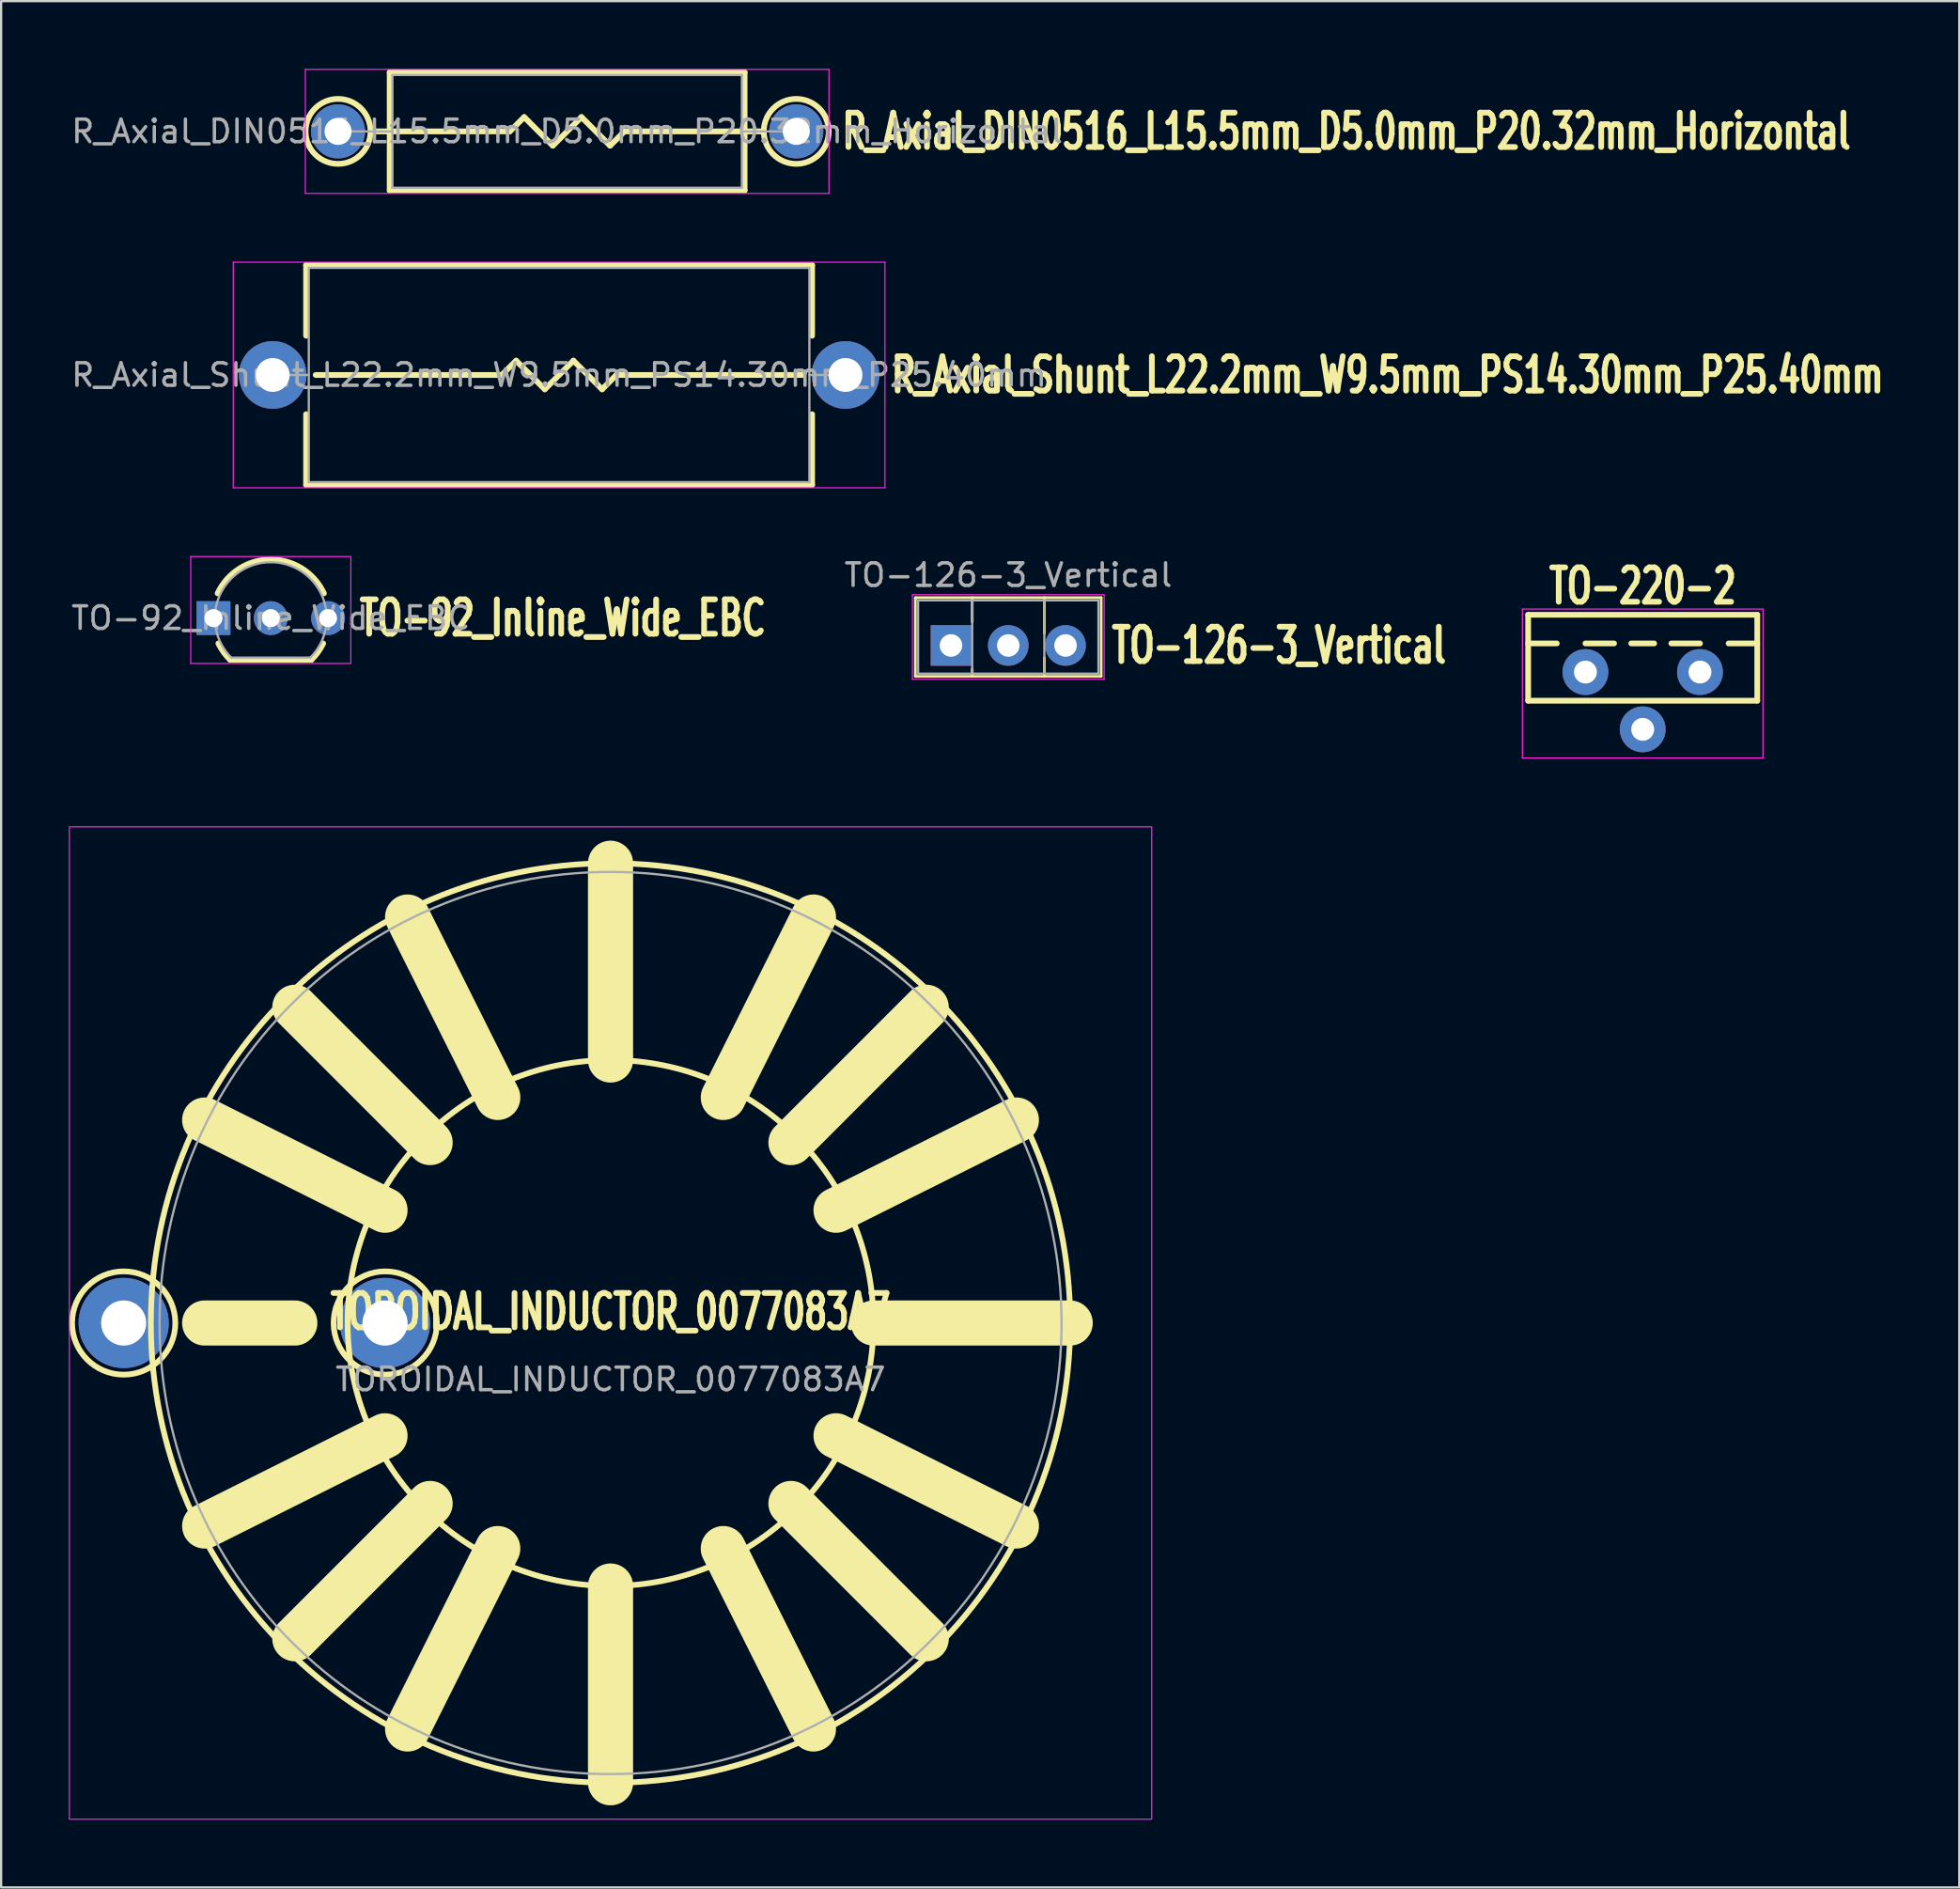
<source format=kicad_pcb>
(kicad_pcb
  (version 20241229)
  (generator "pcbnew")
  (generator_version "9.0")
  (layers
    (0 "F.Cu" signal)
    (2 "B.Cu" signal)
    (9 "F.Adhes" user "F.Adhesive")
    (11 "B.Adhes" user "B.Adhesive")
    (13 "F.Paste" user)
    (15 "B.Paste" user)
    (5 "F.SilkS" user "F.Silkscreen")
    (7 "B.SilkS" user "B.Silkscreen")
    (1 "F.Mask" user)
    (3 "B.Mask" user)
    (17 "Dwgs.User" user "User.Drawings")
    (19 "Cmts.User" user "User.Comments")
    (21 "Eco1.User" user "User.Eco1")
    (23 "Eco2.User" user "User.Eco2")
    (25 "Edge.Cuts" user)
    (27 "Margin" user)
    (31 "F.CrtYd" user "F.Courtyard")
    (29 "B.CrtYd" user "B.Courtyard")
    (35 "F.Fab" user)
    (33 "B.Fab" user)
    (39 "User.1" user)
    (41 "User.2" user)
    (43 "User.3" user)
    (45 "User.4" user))
  (footprint "TO-220-2"
    (layer "F.Cu")
    (at 69.798 26.747)
    (property "Reference" "TO-220-2" (at 0 -3.81 0) (layer "F.SilkS") (effects (font (size 1.524 1.016) (thickness 0.254))))
    (attr through_hole)
    (fp_line (start -5.08 -2.54) (end -5.08 1.27) (stroke (width 0.254) (type solid)) (layer "F.SilkS"))
    (fp_line (start -5.08 -1.27) (end -3.81 -1.27) (stroke (width 0.254) (type solid)) (layer "F.SilkS"))
    (fp_line (start -5.08 1.27) (end 5.08 1.27) (stroke (width 0.254) (type solid)) (layer "F.SilkS"))
    (fp_line (start -2.54 -1.27) (end -1.27 -1.27) (stroke (width 0.254) (type solid)) (layer "F.SilkS"))
    (fp_line (start -0.508 -1.27) (end 0.508 -1.27) (stroke (width 0.254) (type solid)) (layer "F.SilkS"))
    (fp_line (start 1.27 -1.27) (end 2.54 -1.27) (stroke (width 0.254) (type solid)) (layer "F.SilkS"))
    (fp_line (start 3.81 -1.27) (end 5.08 -1.27) (stroke (width 0.254) (type solid)) (layer "F.SilkS"))
    (fp_line (start 5.08 -2.54) (end -5.08 -2.54) (stroke (width 0.254) (type solid)) (layer "F.SilkS"))
    (fp_line (start 5.08 1.27) (end 5.08 -2.54) (stroke (width 0.254) (type solid)) (layer "F.SilkS"))
    (fp_line (start -5.334 -2.794) (end -5.334 3.81) (stroke (width 0.051) (type solid)) (layer "F.CrtYd"))
    (fp_line (start -5.334 3.81) (end 5.334 3.81) (stroke (width 0.051) (type solid)) (layer "F.CrtYd"))
    (fp_line (start 5.334 -2.794) (end -5.334 -2.794) (stroke (width 0.051) (type solid)) (layer "F.CrtYd"))
    (fp_line (start 5.334 3.81) (end 5.334 -2.794) (stroke (width 0.051) (type solid)) (layer "F.CrtYd"))
    (pad "1" thru_hole circle (at 0 2.54) (size 2.032 2.032) (drill 1.016) (layers "*.Cu" "*.Mask"))
    (pad "2" thru_hole circle (at -2.54 0) (size 2.032 2.032) (drill 1.016) (layers "*.Cu" "*.Mask"))
    (pad "3" thru_hole circle (at 2.54 0) (size 2.032 2.032) (drill 1.016) (layers "*.Cu" "*.Mask")))
  (footprint "R_Axial_Shunt_L22.2mm_W9.5mm_PS14.30mm_P25.40mm"
    (layer "F.Cu")
    (at 9.044 13.575)
    (property "Reference" "R_Axial_Shunt_L22.2mm_W9.5mm_PS14.30mm_P25.40mm" (at 27.305 0 0) (layer "F.SilkS") (effects (font (size 1.524 1.016) (thickness 0.254)) (justify left)))
    (attr through_hole)
    (fp_line (start 1.48 -4.87) (end 23.92 -4.87) (stroke (width 0.254) (type solid)) (layer "F.SilkS"))
    (fp_line (start 1.48 -1.74) (end 1.48 -4.87) (stroke (width 0.254) (type solid)) (layer "F.SilkS"))
    (fp_line (start 1.48 1.74) (end 1.48 4.87) (stroke (width 0.254) (type solid)) (layer "F.SilkS"))
    (fp_line (start 1.48 4.87) (end 23.92 4.87) (stroke (width 0.254) (type solid)) (layer "F.SilkS"))
    (fp_line (start 10.16 0) (end 1.905 0) (stroke (width 0.254) (type solid)) (layer "F.SilkS"))
    (fp_line (start 10.795 -0.635) (end 10.16 0) (stroke (width 0.254) (type solid)) (layer "F.SilkS"))
    (fp_line (start 12.065 0.635) (end 10.795 -0.635) (stroke (width 0.254) (type solid)) (layer "F.SilkS"))
    (fp_line (start 13.335 -0.635) (end 12.065 0.635) (stroke (width 0.254) (type solid)) (layer "F.SilkS"))
    (fp_line (start 13.335 -0.635) (end 14.605 0.635) (stroke (width 0.254) (type solid)) (layer "F.SilkS"))
    (fp_line (start 14.605 0.635) (end 15.24 0) (stroke (width 0.254) (type solid)) (layer "F.SilkS"))
    (fp_line (start 15.24 0) (end 23.495 0) (stroke (width 0.254) (type solid)) (layer "F.SilkS"))
    (fp_line (start 23.92 -4.87) (end 23.92 -1.74) (stroke (width 0.254) (type solid)) (layer "F.SilkS"))
    (fp_line (start 23.92 4.87) (end 23.92 1.74) (stroke (width 0.254) (type solid)) (layer "F.SilkS"))
    (fp_line (start -1.75 -5) (end -1.75 5) (stroke (width 0.05) (type solid)) (layer "F.CrtYd"))
    (fp_line (start -1.75 5) (end 27.15 5) (stroke (width 0.05) (type solid)) (layer "F.CrtYd"))
    (fp_line (start 27.15 -5) (end -1.75 -5) (stroke (width 0.05) (type solid)) (layer "F.CrtYd"))
    (fp_line (start 27.15 5) (end 27.15 -5) (stroke (width 0.05) (type solid)) (layer "F.CrtYd"))
    (fp_line (start 0 0) (end 1.6 0) (stroke (width 0.1) (type solid)) (layer "F.Fab"))
    (fp_line (start 1.6 -4.75) (end 1.6 4.75) (stroke (width 0.1) (type solid)) (layer "F.Fab"))
    (fp_line (start 1.6 4.75) (end 23.8 4.75) (stroke (width 0.1) (type solid)) (layer "F.Fab"))
    (fp_line (start 23.8 -4.75) (end 1.6 -4.75) (stroke (width 0.1) (type solid)) (layer "F.Fab"))
    (fp_line (start 23.8 4.75) (end 23.8 -4.75) (stroke (width 0.1) (type solid)) (layer "F.Fab"))
    (fp_line (start 25.4 0) (end 23.8 0) (stroke (width 0.1) (type solid)) (layer "F.Fab"))
    (fp_text user "${REFERENCE}" (at 12.7 0 0) (layer "F.Fab") (effects (font (size 1 1) (thickness 0.15))))
    (pad "1" thru_hole circle (at 0 0) (size 3 3) (drill 1.5) (layers "*.Cu" "*.Mask"))
    (pad "2" thru_hole oval (at 25.4 0) (size 3 3) (drill 1.5) (layers "*.Cu" "*.Mask")))
  (footprint "TO-126-3_Vertical"
    (layer "F.Cu")
    (at 39.123 25.568)
    (property "Reference" "TO-126-3_Vertical" (at 7 0 0) (layer "F.SilkS") (effects (font (size 1.524 1.016) (thickness 0.254)) (justify left)))
    (attr through_hole)
    (fp_line (start -1.58 -2.12) (end -1.58 1.37) (stroke (width 0.12) (type solid)) (layer "F.SilkS"))
    (fp_line (start -1.58 -2.12) (end 6.66 -2.12) (stroke (width 0.12) (type solid)) (layer "F.SilkS"))
    (fp_line (start -1.58 1.37) (end 6.66 1.37) (stroke (width 0.12) (type solid)) (layer "F.SilkS"))
    (fp_line (start 0.94 -2.12) (end 0.94 -1.05) (stroke (width 0.12) (type solid)) (layer "F.SilkS"))
    (fp_line (start 0.94 1.05) (end 0.94 1.37) (stroke (width 0.12) (type solid)) (layer "F.SilkS"))
    (fp_line (start 4.141 -2.12) (end 4.141 -0.54) (stroke (width 0.12) (type solid)) (layer "F.SilkS"))
    (fp_line (start 4.141 0.54) (end 4.141 1.37) (stroke (width 0.12) (type solid)) (layer "F.SilkS"))
    (fp_line (start 6.66 -2.12) (end 6.66 1.37) (stroke (width 0.12) (type solid)) (layer "F.SilkS"))
    (fp_line (start -1.71 -2.25) (end -1.71 1.5) (stroke (width 0.05) (type solid)) (layer "F.CrtYd"))
    (fp_line (start -1.71 1.5) (end 6.79 1.5) (stroke (width 0.05) (type solid)) (layer "F.CrtYd"))
    (fp_line (start 6.79 -2.25) (end -1.71 -2.25) (stroke (width 0.05) (type solid)) (layer "F.CrtYd"))
    (fp_line (start 6.79 1.5) (end 6.79 -2.25) (stroke (width 0.05) (type solid)) (layer "F.CrtYd"))
    (fp_line (start -1.46 -2) (end -1.46 1.25) (stroke (width 0.1) (type solid)) (layer "F.Fab"))
    (fp_line (start -1.46 1.25) (end 6.54 1.25) (stroke (width 0.1) (type solid)) (layer "F.Fab"))
    (fp_line (start 0.94 -2) (end 0.94 1.25) (stroke (width 0.1) (type solid)) (layer "F.Fab"))
    (fp_line (start 4.14 -2) (end 4.14 1.25) (stroke (width 0.1) (type solid)) (layer "F.Fab"))
    (fp_line (start 6.54 -2) (end -1.46 -2) (stroke (width 0.1) (type solid)) (layer "F.Fab"))
    (fp_line (start 6.54 1.25) (end 6.54 -2) (stroke (width 0.1) (type solid)) (layer "F.Fab"))
    (fp_text user "${REFERENCE}" (at 2.54 -3.12 0) (layer "F.Fab") (effects (font (size 1 1) (thickness 0.15))))
    (pad "1" thru_hole oval (at 2.54 0) (size 1.8 1.8) (drill 1) (layers "*.Cu" "*.Mask"))
    (pad "2" thru_hole oval (at 5.08 0) (size 1.8 1.8) (drill 1) (layers "*.Cu" "*.Mask"))
    (pad "3" thru_hole rect (at 0 0) (size 1.8 1.8) (drill 1) (layers "*.Cu" "*.Mask")))
  (footprint "TOROIDAL_INDUCTOR_0077083A7"
    (layer "F.Cu")
    (at 24.025 55.608)
    (property "Reference" "TOROIDAL_INDUCTOR_0077083A7" (at 0 -0.5 0) (unlocked yes) (layer "F.SilkS") (effects (font (size 1.524 1.016) (thickness 0.254))))
    (attr through_hole)
    (fp_line (start -18 -9) (end -10 -5) (stroke (width 2) (type solid)) (layer "F.SilkS"))
    (fp_line (start -18 0) (end -14 0) (stroke (width 2) (type solid)) (layer "F.SilkS"))
    (fp_line (start -18 9) (end -10 5) (stroke (width 2) (type solid)) (layer "F.SilkS"))
    (fp_line (start -14 -14) (end -8 -8) (stroke (width 2) (type solid)) (layer "F.SilkS"))
    (fp_line (start -14 14) (end -8 8) (stroke (width 2) (type solid)) (layer "F.SilkS"))
    (fp_line (start -9 -18) (end -5 -10) (stroke (width 2) (type solid)) (layer "F.SilkS"))
    (fp_line (start -9 18) (end -5 10) (stroke (width 2) (type solid)) (layer "F.SilkS"))
    (fp_line (start 0 -20.385) (end 0 -11.66) (stroke (width 2) (type solid)) (layer "F.SilkS"))
    (fp_line (start 0 11.66) (end 0 20.385) (stroke (width 2) (type solid)) (layer "F.SilkS"))
    (fp_line (start 9 -18) (end 5 -10) (stroke (width 2) (type solid)) (layer "F.SilkS"))
    (fp_line (start 9 18) (end 5 10) (stroke (width 2) (type solid)) (layer "F.SilkS"))
    (fp_line (start 11.66 0) (end 20.385 0) (stroke (width 2) (type solid)) (layer "F.SilkS"))
    (fp_line (start 14 -14) (end 8 -8) (stroke (width 2) (type solid)) (layer "F.SilkS"))
    (fp_line (start 14 14) (end 8 8) (stroke (width 2) (type solid)) (layer "F.SilkS"))
    (fp_line (start 18 -9) (end 10 -5) (stroke (width 2) (type solid)) (layer "F.SilkS"))
    (fp_line (start 18 9) (end 10 5) (stroke (width 2) (type solid)) (layer "F.SilkS"))
    (fp_circle (center -21.59 0) (end -19.685 -1.27) (stroke (width 0.254) (type solid)) (fill no) (layer "F.SilkS"))
    (fp_circle (center -9.99 0) (end -8.085 -1.27) (stroke (width 0.254) (type solid)) (fill no) (layer "F.SilkS"))
    (fp_circle (center 0 0) (end 11.66 0) (stroke (width 0.254) (type solid)) (fill no) (layer "F.SilkS"))
    (fp_circle (center 0 0) (end 20.385 0) (stroke (width 0.254) (type solid)) (fill no) (layer "F.SilkS"))
    (fp_rect (start -24 -22) (end 24 22) (stroke (width 0.05) (type solid)) (fill no) (layer "F.CrtYd"))
    (fp_circle (center 0 0) (end 20 0) (stroke (width 0.1) (type solid)) (fill no) (layer "F.Fab"))
    (fp_text user "${REFERENCE}" (at 0 2.5 0) (unlocked yes) (layer "F.Fab") (effects (font (size 1 1) (thickness 0.15))))
    (pad "1" thru_hole circle (at -21.59 0) (size 4 4) (drill 2) (layers "*.Cu" "*.Mask"))
    (pad "2" thru_hole circle (at -10 0) (size 4 4) (drill 2) (layers "*.Cu" "*.Mask")))
  (footprint "R_Axial_DIN0516_L15.5mm_D5.0mm_P20.32mm_Horizontal"
    (layer "F.Cu")
    (at 11.941 2.775)
    (property "Reference" "R_Axial_DIN0516_L15.5mm_D5.0mm_P20.32mm_Horizontal" (at 22.225 0 0) (layer "F.SilkS") (effects (font (size 1.524 1.016) (thickness 0.254)) (justify left)))
    (attr through_hole)
    (fp_line (start 1.44 0) (end 2.29 0) (stroke (width 0.254) (type solid)) (layer "F.SilkS"))
    (fp_line (start 2.29 -2.62) (end 2.29 2.62) (stroke (width 0.254) (type solid)) (layer "F.SilkS"))
    (fp_line (start 2.29 2.62) (end 18.03 2.62) (stroke (width 0.254) (type solid)) (layer "F.SilkS"))
    (fp_line (start 7.62 0) (end 2.29 0) (stroke (width 0.254) (type solid)) (layer "F.SilkS"))
    (fp_line (start 8.255 -0.635) (end 7.62 0) (stroke (width 0.254) (type solid)) (layer "F.SilkS"))
    (fp_line (start 9.525 0.635) (end 8.255 -0.635) (stroke (width 0.254) (type solid)) (layer "F.SilkS"))
    (fp_line (start 10.795 -0.635) (end 9.525 0.635) (stroke (width 0.254) (type solid)) (layer "F.SilkS"))
    (fp_line (start 10.795 -0.635) (end 12.065 0.635) (stroke (width 0.254) (type solid)) (layer "F.SilkS"))
    (fp_line (start 12.065 0.635) (end 12.7 0) (stroke (width 0.254) (type solid)) (layer "F.SilkS"))
    (fp_line (start 18.03 -2.62) (end 2.29 -2.62) (stroke (width 0.254) (type solid)) (layer "F.SilkS"))
    (fp_line (start 18.03 0) (end 12.7 0) (stroke (width 0.254) (type solid)) (layer "F.SilkS"))
    (fp_line (start 18.03 2.62) (end 18.03 -2.62) (stroke (width 0.254) (type solid)) (layer "F.SilkS"))
    (fp_line (start 18.88 0) (end 18.03 0) (stroke (width 0.254) (type solid)) (layer "F.SilkS"))
    (fp_circle (center 0 0) (end 1.44 0) (stroke (width 0.254) (type solid)) (fill no) (layer "F.SilkS"))
    (fp_circle (center 20.32 0) (end 18.88 0) (stroke (width 0.254) (type solid)) (fill no) (layer "F.SilkS"))
    (fp_line (start -1.45 -2.75) (end -1.45 2.75) (stroke (width 0.05) (type solid)) (layer "F.CrtYd"))
    (fp_line (start -1.45 2.75) (end 21.77 2.75) (stroke (width 0.05) (type solid)) (layer "F.CrtYd"))
    (fp_line (start 21.77 -2.75) (end -1.45 -2.75) (stroke (width 0.05) (type solid)) (layer "F.CrtYd"))
    (fp_line (start 21.77 2.75) (end 21.77 -2.75) (stroke (width 0.05) (type solid)) (layer "F.CrtYd"))
    (fp_line (start 0 0) (end 2.41 0) (stroke (width 0.1) (type solid)) (layer "F.Fab"))
    (fp_line (start 2.41 -2.5) (end 2.41 2.5) (stroke (width 0.1) (type solid)) (layer "F.Fab"))
    (fp_line (start 2.41 2.5) (end 17.91 2.5) (stroke (width 0.1) (type solid)) (layer "F.Fab"))
    (fp_line (start 17.91 -2.5) (end 2.41 -2.5) (stroke (width 0.1) (type solid)) (layer "F.Fab"))
    (fp_line (start 17.91 2.5) (end 17.91 -2.5) (stroke (width 0.1) (type solid)) (layer "F.Fab"))
    (fp_line (start 20.32 0) (end 17.91 0) (stroke (width 0.1) (type solid)) (layer "F.Fab"))
    (fp_text user "${REFERENCE}" (at 10.16 0 0) (layer "F.Fab") (effects (font (size 1 1) (thickness 0.15))))
    (pad "1" thru_hole circle (at 0 0) (size 2.4 2.4) (drill 1.2) (layers "*.Cu" "*.Mask"))
    (pad "2" thru_hole oval (at 20.32 0) (size 2.4 2.4) (drill 1.2) (layers "*.Cu" "*.Mask")))
  (footprint "TO-92_Inline_Wide_EBC"
    (layer "F.Cu")
    (at 6.418 24.355)
    (property "Reference" "TO-92_Inline_Wide_EBC" (at 6.35 0 0) (layer "F.SilkS") (effects (font (size 1.524 1.016) (thickness 0.254)) (justify left)))
    (attr through_hole)
    (fp_line (start 0.74 1.85) (end 4.34 1.85) (stroke (width 0.254) (type solid)) (layer "F.SilkS"))
    (fp_arc (start 0.1836 -1.098807) (mid 1.143021 -2.192818) (end 2.54 -2.6) (stroke (width 0.254) (type solid)) (layer "F.SilkS"))
    (fp_arc (start 0.74 1.85) (mid 0.446097 1.509328) (end 0.215816 1.122795) (stroke (width 0.254) (type solid)) (layer "F.SilkS"))
    (fp_arc (start 2.54 -2.6) (mid 3.936979 -2.192817) (end 4.8964 -1.098807) (stroke (width 0.254) (type solid)) (layer "F.SilkS"))
    (fp_arc (start 4.864184 1.122795) (mid 4.633903 1.509328) (end 4.34 1.85) (stroke (width 0.254) (type solid)) (layer "F.SilkS"))
    (fp_line (start -1.01 -2.73) (end -1.01 2.01) (stroke (width 0.05) (type solid)) (layer "F.CrtYd"))
    (fp_line (start -1.01 -2.73) (end 6.09 -2.73) (stroke (width 0.05) (type solid)) (layer "F.CrtYd"))
    (fp_line (start 6.09 2.01) (end -1.01 2.01) (stroke (width 0.05) (type solid)) (layer "F.CrtYd"))
    (fp_line (start 6.09 2.01) (end 6.09 -2.73) (stroke (width 0.05) (type solid)) (layer "F.CrtYd"))
    (fp_line (start 0.8 1.75) (end 4.3 1.75) (stroke (width 0.1) (type solid)) (layer "F.Fab"))
    (fp_arc (start 0.786375 1.753625) (mid 0.248779 -0.949055) (end 2.54 -2.48) (stroke (width 0.1) (type solid)) (layer "F.Fab"))
    (fp_arc (start 2.54 -2.48) (mid 4.831221 -0.949055) (end 4.293625 1.753625) (stroke (width 0.1) (type solid)) (layer "F.Fab"))
    (fp_text user "${REFERENCE}" (at 2.54 0 0) (layer "F.Fab") (effects (font (size 1 1) (thickness 0.15))))
    (pad "1" thru_hole circle (at 5.08 0) (size 1.5 1.5) (drill 0.8) (layers "*.Cu" "*.Mask"))
    (pad "2" thru_hole circle (at 2.54 0) (size 1.5 1.5) (drill 0.8) (layers "*.Cu" "*.Mask"))
    (pad "3" thru_hole rect (at 0 0) (size 1.5 1.5) (drill 0.8) (layers "*.Cu" "*.Mask")))
  (gr_rect
    (start -3 -3)
    (end 83.838 80.633)
    (stroke (width 0.1) (type default))
    (fill no)
    (layer "Edge.Cuts")))
</source>
